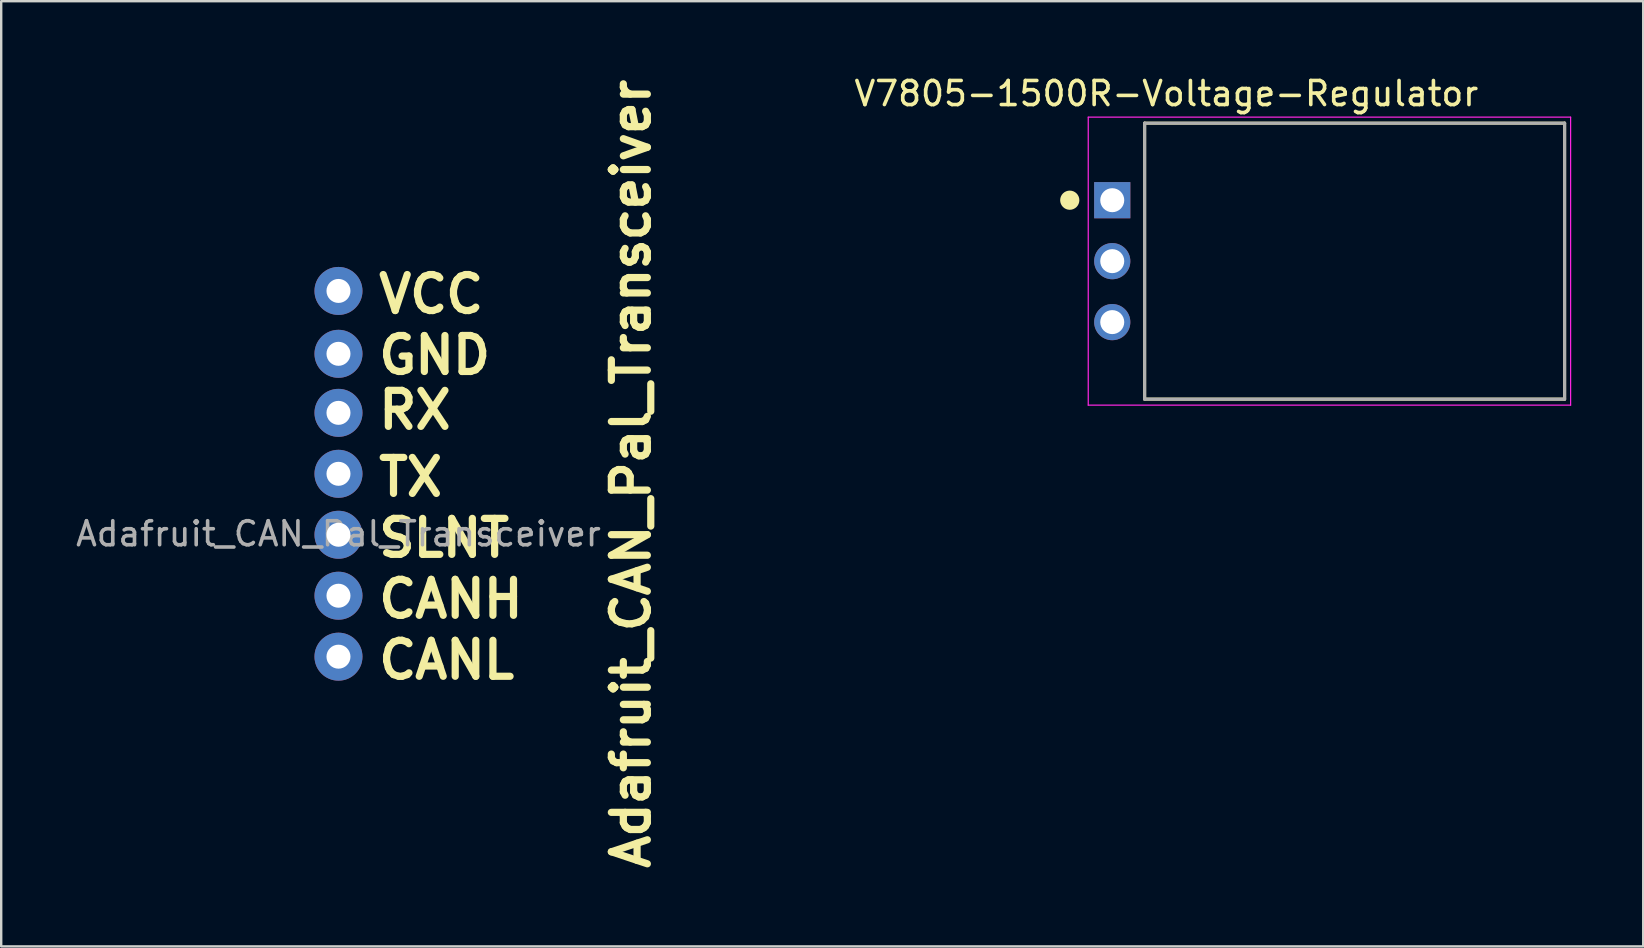
<source format=kicad_pcb>
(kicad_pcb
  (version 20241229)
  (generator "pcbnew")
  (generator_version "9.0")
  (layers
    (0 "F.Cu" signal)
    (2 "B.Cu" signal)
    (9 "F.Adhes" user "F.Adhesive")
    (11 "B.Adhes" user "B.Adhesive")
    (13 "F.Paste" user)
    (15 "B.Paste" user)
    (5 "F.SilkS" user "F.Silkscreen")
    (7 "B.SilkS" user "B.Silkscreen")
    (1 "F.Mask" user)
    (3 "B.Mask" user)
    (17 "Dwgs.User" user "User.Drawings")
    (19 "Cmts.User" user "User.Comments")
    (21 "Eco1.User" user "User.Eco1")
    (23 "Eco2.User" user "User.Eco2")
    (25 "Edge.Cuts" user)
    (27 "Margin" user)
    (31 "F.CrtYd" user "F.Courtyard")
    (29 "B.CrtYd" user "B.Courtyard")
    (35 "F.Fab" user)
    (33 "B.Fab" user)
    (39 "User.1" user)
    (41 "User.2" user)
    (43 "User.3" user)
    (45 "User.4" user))
  (footprint "Adafruit_CAN_Pal_Transceiver"
    (layer "F.Cu")
    (at 11.054 16.693)
    (property "Reference" "Adafruit_CAN_Pal_Transceiver" (at 12.192 0 90) (unlocked yes) (layer "F.SilkS") (effects (font (size 1.5 1.5) (thickness 0.3) (bold yes))))
    (attr through_hole)
    (fp_rect (start -2.712 -10.5) (end 18.288 10.5) (stroke (width 0.2) (type default)) (fill no) (layer "Margin"))
    (fp_text user "RX" (at 1.524 -1.778 0) (unlocked yes) (layer "F.SilkS") (effects (font (size 1.5 1.5) (thickness 0.3) (bold yes)) (justify left bottom)))
    (fp_text user "GND" (at 1.524 -4.064 0) (unlocked yes) (layer "F.SilkS") (effects (font (size 1.5 1.5) (thickness 0.3) (bold yes)) (justify left bottom)))
    (fp_text user "CANL" (at 1.524 8.636 0) (unlocked yes) (layer "F.SilkS") (effects (font (size 1.5 1.5) (thickness 0.3) (bold yes)) (justify left bottom)))
    (fp_text user "SLNT" (at 1.524 3.556 0) (unlocked yes) (layer "F.SilkS") (effects (font (size 1.5 1.5) (thickness 0.3) (bold yes)) (justify left bottom)))
    (fp_text user "CANH" (at 1.524 6.096 0) (unlocked yes) (layer "F.SilkS") (effects (font (size 1.5 1.5) (thickness 0.3) (bold yes)) (justify left bottom)))
    (fp_text user "VCC" (at 1.524 -6.604 0) (unlocked yes) (layer "F.SilkS") (effects (font (size 1.5 1.5) (thickness 0.3) (bold yes)) (justify left bottom)))
    (fp_text user "TX" (at 1.524 1.016 0) (unlocked yes) (layer "F.SilkS") (effects (font (size 1.5 1.5) (thickness 0.3) (bold yes)) (justify left bottom)))
    (fp_text user "${REFERENCE}" (at 0 2.5 0) (unlocked yes) (layer "F.Fab") (effects (font (size 1 1) (thickness 0.15))))
    (pad "1" thru_hole circle (at 0 7.62) (size 2 2) (drill 1) (layers "*.Cu" "*.Mask"))
    (pad "2" thru_hole circle (at 0 5.08) (size 2 2) (drill 1) (layers "*.Cu" "*.Mask"))
    (pad "3" thru_hole circle (at 0 2.54) (size 2 2) (drill 1) (layers "*.Cu" "*.Mask"))
    (pad "4" thru_hole circle (at 0 0) (size 2 2) (drill 1) (layers "*.Cu" "*.Mask"))
    (pad "5" thru_hole circle (at 0 -2.54) (size 2 2) (drill 1) (layers "*.Cu" "*.Mask"))
    (pad "6" thru_hole circle (at 0 -5) (size 2 2) (drill 1) (layers "*.Cu" "*.Mask"))
    (pad "7" thru_hole circle (at 0 -7.62) (size 2 2) (drill 1) (layers "*.Cu" "*.Mask")))
  (footprint "V7805-1500R-Voltage-Regulator"
    (layer "F.Cu")
    (at 53.396 7.832)
    (property "Reference" "V7805-1500R-Voltage-Regulator" (at -7.845 -6.982 0) (layer "F.SilkS") (effects (font (size 1.003 1.003) (thickness 0.15))))
    (attr through_hole)
    (fp_line (start -8.75 -5.75) (end 8.75 -5.75) (stroke (width 0.127) (type solid)) (layer "F.SilkS"))
    (fp_line (start -8.75 5.75) (end -8.75 -5.75) (stroke (width 0.127) (type solid)) (layer "F.SilkS"))
    (fp_line (start 8.75 -5.75) (end 8.75 5.75) (stroke (width 0.127) (type solid)) (layer "F.SilkS"))
    (fp_line (start 8.75 5.75) (end -8.75 5.75) (stroke (width 0.127) (type solid)) (layer "F.SilkS"))
    (fp_circle (center -11.87 -2.54) (end -11.67 -2.54) (stroke (width 0.4) (type solid)) (fill no) (layer "F.SilkS"))
    (fp_line (start -11.1 -6) (end 9 -6) (stroke (width 0.05) (type solid)) (layer "F.CrtYd"))
    (fp_line (start -11.1 6) (end -11.1 -6) (stroke (width 0.05) (type solid)) (layer "F.CrtYd"))
    (fp_line (start 9 -6) (end 9 6) (stroke (width 0.05) (type solid)) (layer "F.CrtYd"))
    (fp_line (start 9 6) (end -11.1 6) (stroke (width 0.05) (type solid)) (layer "F.CrtYd"))
    (fp_line (start -8.75 -5.75) (end 8.75 -5.75) (stroke (width 0.127) (type solid)) (layer "F.Fab"))
    (fp_line (start -8.75 5.75) (end -8.75 -5.75) (stroke (width 0.127) (type solid)) (layer "F.Fab"))
    (fp_line (start 8.75 -5.75) (end 8.75 5.75) (stroke (width 0.127) (type solid)) (layer "F.Fab"))
    (fp_line (start 8.75 5.75) (end -8.75 5.75) (stroke (width 0.127) (type solid)) (layer "F.Fab"))
    (fp_circle (center -10.1 -2.54) (end -9.9 -2.54) (stroke (width 0.4) (type solid)) (fill no) (layer "F.Fab"))
    (pad "1" thru_hole rect (at -10.1 -2.54) (size 1.508 1.508) (drill 1) (layers "*.Cu" "*.Mask"))
    (pad "2" thru_hole circle (at -10.1 0) (size 1.508 1.508) (drill 1) (layers "*.Cu" "*.Mask"))
    (pad "3" thru_hole circle (at -10.1 2.54) (size 1.508 1.508) (drill 1) (layers "*.Cu" "*.Mask")))
  (gr_rect
    (start -3 -3)
    (end 65.421 36.386)
    (stroke (width 0.1) (type default))
    (fill no)
    (layer "Edge.Cuts")))
</source>
